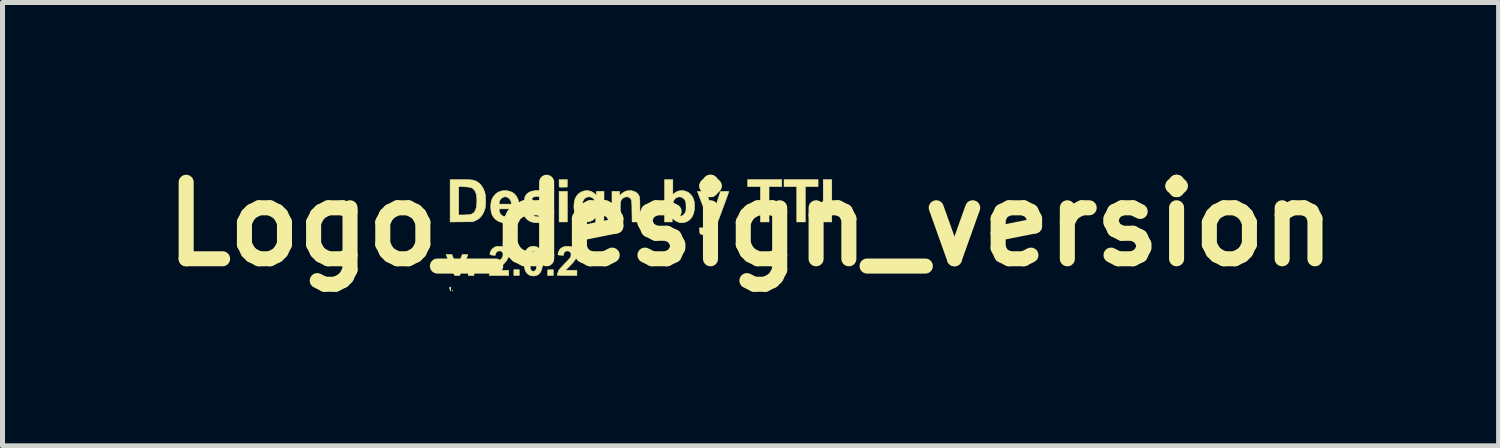
<source format=kicad_pcb>
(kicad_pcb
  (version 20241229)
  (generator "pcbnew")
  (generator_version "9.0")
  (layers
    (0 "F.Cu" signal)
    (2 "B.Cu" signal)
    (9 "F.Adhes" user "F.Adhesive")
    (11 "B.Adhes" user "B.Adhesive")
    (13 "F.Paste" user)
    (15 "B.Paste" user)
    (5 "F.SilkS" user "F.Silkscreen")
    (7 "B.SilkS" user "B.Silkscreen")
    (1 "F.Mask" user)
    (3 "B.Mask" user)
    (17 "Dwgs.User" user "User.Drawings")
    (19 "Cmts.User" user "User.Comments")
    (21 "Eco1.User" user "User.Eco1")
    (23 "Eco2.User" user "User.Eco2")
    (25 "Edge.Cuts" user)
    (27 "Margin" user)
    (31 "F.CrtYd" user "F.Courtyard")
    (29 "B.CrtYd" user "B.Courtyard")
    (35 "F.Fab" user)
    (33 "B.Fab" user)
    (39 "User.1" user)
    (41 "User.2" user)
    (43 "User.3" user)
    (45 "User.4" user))
  (footprint "Logo_design_version"
    (layer "F.Cu")
    (at 11.909 1.418)
    (property "Reference" "Logo_design_version" (at 0 0 0) (layer "F.SilkS") (effects (font (size 1.524 1.524) (thickness 0.3))))
    (attr through_hole)
    (fp_poly (pts (xy -4.61 1.022) (xy -4.718 1.022) (xy -4.718 0.908) (xy -4.61 0.908) (xy -4.61 1.022)) (stroke (width 0.01) (type solid)) (fill yes) (layer "F.SilkS"))
    (fp_poly (pts (xy -3.651 -0.044) (xy -3.816 -0.044) (xy -3.816 -0.654) (xy -3.651 -0.654) (xy -3.651 -0.044)) (stroke (width 0.01) (type solid)) (fill yes) (layer "F.SilkS"))
    (fp_poly (pts (xy 1.619 -0.044) (xy 1.448 -0.044) (xy 1.448 -0.889) (xy 1.619 -0.889) (xy 1.619 -0.044)) (stroke (width 0.01) (type solid)) (fill yes) (layer "F.SilkS"))
    (fp_poly (pts (xy -5.512 1.022) (xy -5.627 1.022) (xy -5.625 0.967) (xy -5.623 0.911) (xy -5.567 0.909) (xy -5.512 0.908) (xy -5.512 1.022)) (stroke (width 0.01) (type solid)) (fill yes) (layer "F.SilkS"))
    (fp_poly (pts (xy -3.931 1.022) (xy -4.045 1.022) (xy -4.044 0.967) (xy -4.042 0.911) (xy -3.986 0.909) (xy -3.931 0.908) (xy -3.931 1.022)) (stroke (width 0.01) (type solid)) (fill yes) (layer "F.SilkS"))
    (fp_poly (pts (xy -5.931 1.326) (xy -5.931 1.327) (xy -5.936 1.333) (xy -5.937 1.333) (xy -5.943 1.329) (xy -5.944 1.327) (xy -5.939 1.321) (xy -5.937 1.321) (xy -5.931 1.326)) (stroke (width 0.01) (type solid)) (fill yes) (layer "F.SilkS"))
    (fp_poly (pts (xy 0.622 -0.749) (xy 0.368 -0.749) (xy 0.368 -0.044) (xy 0.197 -0.044) (xy 0.197 -0.749) (xy -0.057 -0.749) (xy -0.057 -0.889) (xy 0.622 -0.889) (xy 0.622 -0.749)) (stroke (width 0.01) (type solid)) (fill yes) (layer "F.SilkS"))
    (fp_poly (pts (xy 1.346 -0.749) (xy 1.092 -0.749) (xy 1.092 -0.044) (xy 0.921 -0.044) (xy 0.921 -0.749) (xy 0.667 -0.749) (xy 0.667 -0.889) (xy 1.346 -0.889) (xy 1.346 -0.749)) (stroke (width 0.01) (type solid)) (fill yes) (layer "F.SilkS"))
    (fp_poly (pts (xy -3.653 -0.814) (xy -3.654 -0.74) (xy -3.731 -0.738) (xy -3.761 -0.738) (xy -3.786 -0.738) (xy -3.804 -0.739) (xy -3.812 -0.741) (xy -3.812 -0.741) (xy -3.814 -0.748) (xy -3.815 -0.766) (xy -3.816 -0.791) (xy -3.816 -0.817) (xy -3.816 -0.889) (xy -3.651 -0.889) (xy -3.653 -0.814)) (stroke (width 0.01) (type solid)) (fill yes) (layer "F.SilkS"))
    (fp_poly (pts (xy -5.977 1.257) (xy -5.976 1.272) (xy -5.975 1.292) (xy -5.976 1.314) (xy -5.979 1.329) (xy -5.982 1.333) (xy -5.985 1.328) (xy -5.988 1.313) (xy -5.988 1.301) (xy -5.989 1.282) (xy -5.99 1.274) (xy -5.995 1.274) (xy -5.998 1.276) (xy -6.005 1.28) (xy -6.007 1.278) (xy -6.003 1.27) (xy -5.993 1.259) (xy -5.983 1.252) (xy -5.98 1.251) (xy -5.977 1.257)) (stroke (width 0.01) (type solid)) (fill yes) (layer "F.SilkS"))
    (fp_poly (pts (xy -5.916 0.7) (xy -5.902 0.737) (xy -5.889 0.774) (xy -5.877 0.807) (xy -5.868 0.833) (xy -5.865 0.841) (xy -5.857 0.861) (xy -5.851 0.874) (xy -5.847 0.877) (xy -5.847 0.876) (xy -5.841 0.86) (xy -5.832 0.835) (xy -5.822 0.805) (xy -5.809 0.772) (xy -5.796 0.737) (xy -5.783 0.702) (xy -5.771 0.67) (xy -5.761 0.642) (xy -5.753 0.622) (xy -5.748 0.61) (xy -5.747 0.608) (xy -5.739 0.606) (xy -5.721 0.604) (xy -5.698 0.604) (xy -5.688 0.605) (xy -5.633 0.606) (xy -5.716 0.814) (xy -5.798 1.022) (xy -5.849 1.022) (xy -5.874 1.022) (xy -5.89 1.021) (xy -5.899 1.017) (xy -5.904 1.012) (xy -5.906 1.008) (xy -5.909 0.999) (xy -5.917 0.979) (xy -5.929 0.951) (xy -5.943 0.916) (xy -5.96 0.874) (xy -5.978 0.829) (xy -5.99 0.799) (xy -6.069 0.603) (xy -5.951 0.603) (xy -5.916 0.7)) (stroke (width 0.01) (type solid)) (fill yes) (layer "F.SilkS"))
    (fp_poly (pts (xy -2.375 -0.668) (xy -2.367 -0.666) (xy -2.317 -0.653) (xy -2.277 -0.631) (xy -2.245 -0.601) (xy -2.221 -0.562) (xy -2.221 -0.562) (xy -2.218 -0.554) (xy -2.214 -0.545) (xy -2.212 -0.536) (xy -2.21 -0.523) (xy -2.209 -0.507) (xy -2.207 -0.485) (xy -2.207 -0.457) (xy -2.206 -0.421) (xy -2.205 -0.375) (xy -2.205 -0.319) (xy -2.205 -0.287) (xy -2.203 -0.044) (xy -2.361 -0.044) (xy -2.364 -0.252) (xy -2.365 -0.311) (xy -2.365 -0.358) (xy -2.367 -0.395) (xy -2.368 -0.424) (xy -2.369 -0.446) (xy -2.371 -0.462) (xy -2.374 -0.475) (xy -2.377 -0.484) (xy -2.378 -0.487) (xy -2.395 -0.515) (xy -2.419 -0.534) (xy -2.447 -0.543) (xy -2.477 -0.545) (xy -2.507 -0.538) (xy -2.536 -0.524) (xy -2.561 -0.503) (xy -2.58 -0.475) (xy -2.59 -0.445) (xy -2.592 -0.428) (xy -2.594 -0.4) (xy -2.595 -0.363) (xy -2.596 -0.317) (xy -2.597 -0.264) (xy -2.597 -0.228) (xy -2.597 -0.044) (xy -2.762 -0.044) (xy -2.762 -0.654) (xy -2.61 -0.654) (xy -2.61 -0.57) (xy -2.575 -0.603) (xy -2.53 -0.637) (xy -2.482 -0.659) (xy -2.429 -0.67) (xy -2.375 -0.668)) (stroke (width 0.01) (type solid)) (fill yes) (layer "F.SilkS"))
    (fp_poly (pts (xy -5.786 -0.889) (xy -5.721 -0.889) (xy -5.666 -0.888) (xy -5.621 -0.887) (xy -5.584 -0.884) (xy -5.554 -0.881) (xy -5.528 -0.877) (xy -5.506 -0.871) (xy -5.486 -0.864) (xy -5.466 -0.855) (xy -5.462 -0.853) (xy -5.422 -0.828) (xy -5.384 -0.793) (xy -5.351 -0.75) (xy -5.329 -0.712) (xy -5.311 -0.673) (xy -5.298 -0.636) (xy -5.289 -0.596) (xy -5.283 -0.552) (xy -5.281 -0.501) (xy -5.28 -0.46) (xy -5.281 -0.405) (xy -5.285 -0.36) (xy -5.29 -0.321) (xy -5.3 -0.286) (xy -5.313 -0.252) (xy -5.325 -0.225) (xy -5.356 -0.172) (xy -5.394 -0.129) (xy -5.439 -0.094) (xy -5.493 -0.067) (xy -5.497 -0.065) (xy -5.54 -0.048) (xy -5.764 -0.046) (xy -5.988 -0.044) (xy -5.988 -0.183) (xy -5.817 -0.183) (xy -5.704 -0.185) (xy -5.662 -0.186) (xy -5.631 -0.188) (xy -5.608 -0.19) (xy -5.59 -0.192) (xy -5.576 -0.196) (xy -5.563 -0.201) (xy -5.56 -0.202) (xy -5.531 -0.217) (xy -5.511 -0.233) (xy -5.495 -0.256) (xy -5.484 -0.279) (xy -5.47 -0.32) (xy -5.46 -0.369) (xy -5.456 -0.428) (xy -5.455 -0.467) (xy -5.457 -0.533) (xy -5.465 -0.589) (xy -5.479 -0.635) (xy -5.499 -0.672) (xy -5.524 -0.701) (xy -5.542 -0.715) (xy -5.563 -0.725) (xy -5.588 -0.733) (xy -5.62 -0.739) (xy -5.661 -0.743) (xy -5.712 -0.746) (xy -5.717 -0.747) (xy -5.817 -0.751) (xy -5.817 -0.183) (xy -5.988 -0.183) (xy -5.988 -0.889) (xy -5.786 -0.889)) (stroke (width 0.01) (type solid)) (fill yes) (layer "F.SilkS"))
    (fp_poly (pts (xy -4.307 0.441) (xy -4.263 0.451) (xy -4.226 0.472) (xy -4.205 0.492) (xy -4.184 0.52) (xy -4.168 0.551) (xy -4.156 0.588) (xy -4.148 0.633) (xy -4.143 0.688) (xy -4.142 0.705) (xy -4.142 0.779) (xy -4.149 0.845) (xy -4.163 0.902) (xy -4.183 0.949) (xy -4.21 0.986) (xy -4.243 1.012) (xy -4.259 1.02) (xy -4.296 1.03) (xy -4.336 1.032) (xy -4.375 1.027) (xy -4.385 1.024) (xy -4.422 1.007) (xy -4.452 0.984) (xy -4.475 0.953) (xy -4.493 0.915) (xy -4.506 0.866) (xy -4.515 0.807) (xy -4.516 0.801) (xy -4.518 0.754) (xy -4.517 0.703) (xy -4.517 0.699) (xy -4.4 0.699) (xy -4.399 0.764) (xy -4.399 0.764) (xy -4.397 0.815) (xy -4.393 0.854) (xy -4.388 0.883) (xy -4.381 0.905) (xy -4.371 0.921) (xy -4.36 0.93) (xy -4.338 0.939) (xy -4.314 0.937) (xy -4.3 0.93) (xy -4.286 0.917) (xy -4.276 0.9) (xy -4.269 0.876) (xy -4.264 0.843) (xy -4.261 0.807) (xy -4.259 0.75) (xy -4.26 0.698) (xy -4.262 0.651) (xy -4.267 0.611) (xy -4.273 0.581) (xy -4.279 0.567) (xy -4.291 0.547) (xy -4.305 0.537) (xy -4.325 0.534) (xy -4.334 0.533) (xy -4.354 0.537) (xy -4.37 0.55) (xy -4.383 0.572) (xy -4.392 0.603) (xy -4.397 0.646) (xy -4.4 0.699) (xy -4.517 0.699) (xy -4.514 0.652) (xy -4.507 0.606) (xy -4.499 0.575) (xy -4.48 0.528) (xy -4.452 0.49) (xy -4.418 0.462) (xy -4.378 0.445) (xy -4.332 0.439) (xy -4.307 0.441)) (stroke (width 0.01) (type solid)) (fill yes) (layer "F.SilkS"))
    (fp_poly (pts (xy -3.619 0.442) (xy -3.579 0.449) (xy -3.558 0.457) (xy -3.519 0.48) (xy -3.491 0.511) (xy -3.473 0.549) (xy -3.465 0.594) (xy -3.465 0.604) (xy -3.467 0.632) (xy -3.472 0.658) (xy -3.482 0.684) (xy -3.497 0.711) (xy -3.519 0.74) (xy -3.548 0.774) (xy -3.586 0.815) (xy -3.596 0.825) (xy -3.686 0.918) (xy -3.573 0.919) (xy -3.461 0.921) (xy -3.461 1.022) (xy -3.658 1.022) (xy -3.706 1.022) (xy -3.75 1.022) (xy -3.789 1.021) (xy -3.82 1.02) (xy -3.842 1.019) (xy -3.853 1.018) (xy -3.854 1.017) (xy -3.852 1.003) (xy -3.846 0.981) (xy -3.837 0.956) (xy -3.827 0.933) (xy -3.818 0.914) (xy -3.809 0.902) (xy -3.792 0.882) (xy -3.769 0.856) (xy -3.742 0.827) (xy -3.712 0.795) (xy -3.695 0.777) (xy -3.66 0.742) (xy -3.634 0.713) (xy -3.614 0.692) (xy -3.6 0.675) (xy -3.59 0.661) (xy -3.584 0.65) (xy -3.581 0.641) (xy -3.577 0.606) (xy -3.582 0.576) (xy -3.596 0.553) (xy -3.619 0.539) (xy -3.65 0.533) (xy -3.65 0.533) (xy -3.672 0.536) (xy -3.69 0.541) (xy -3.694 0.543) (xy -3.712 0.562) (xy -3.724 0.587) (xy -3.727 0.607) (xy -3.728 0.617) (xy -3.733 0.622) (xy -3.744 0.622) (xy -3.757 0.62) (xy -3.78 0.617) (xy -3.801 0.616) (xy -3.806 0.616) (xy -3.825 0.615) (xy -3.835 0.61) (xy -3.839 0.599) (xy -3.835 0.58) (xy -3.83 0.561) (xy -3.813 0.52) (xy -3.787 0.488) (xy -3.752 0.463) (xy -3.737 0.456) (xy -3.703 0.445) (xy -3.662 0.441) (xy -3.619 0.442)) (stroke (width 0.01) (type solid)) (fill yes) (layer "F.SilkS"))
    (fp_poly (pts (xy -1.549 -0.589) (xy -1.52 -0.615) (xy -1.478 -0.644) (xy -1.43 -0.663) (xy -1.378 -0.669) (xy -1.323 -0.665) (xy -1.321 -0.664) (xy -1.277 -0.651) (xy -1.24 -0.633) (xy -1.205 -0.605) (xy -1.192 -0.591) (xy -1.162 -0.552) (xy -1.14 -0.508) (xy -1.125 -0.458) (xy -1.117 -0.398) (xy -1.116 -0.349) (xy -1.121 -0.279) (xy -1.135 -0.216) (xy -1.157 -0.161) (xy -1.188 -0.115) (xy -1.226 -0.078) (xy -1.272 -0.05) (xy -1.325 -0.033) (xy -1.326 -0.033) (xy -1.352 -0.028) (xy -1.374 -0.027) (xy -1.397 -0.029) (xy -1.415 -0.032) (xy -1.446 -0.042) (xy -1.48 -0.059) (xy -1.513 -0.079) (xy -1.538 -0.101) (xy -1.54 -0.103) (xy -1.562 -0.127) (xy -1.562 -0.044) (xy -1.714 -0.044) (xy -1.714 -0.363) (xy -1.552 -0.363) (xy -1.549 -0.315) (xy -1.542 -0.272) (xy -1.53 -0.238) (xy -1.513 -0.21) (xy -1.503 -0.198) (xy -1.479 -0.176) (xy -1.453 -0.164) (xy -1.423 -0.16) (xy -1.405 -0.161) (xy -1.38 -0.163) (xy -1.362 -0.168) (xy -1.346 -0.178) (xy -1.342 -0.182) (xy -1.325 -0.199) (xy -1.308 -0.222) (xy -1.302 -0.232) (xy -1.295 -0.246) (xy -1.291 -0.259) (xy -1.288 -0.275) (xy -1.286 -0.295) (xy -1.286 -0.324) (xy -1.286 -0.346) (xy -1.287 -0.393) (xy -1.29 -0.429) (xy -1.297 -0.457) (xy -1.308 -0.48) (xy -1.323 -0.5) (xy -1.333 -0.51) (xy -1.367 -0.533) (xy -1.403 -0.544) (xy -1.44 -0.543) (xy -1.476 -0.53) (xy -1.491 -0.521) (xy -1.517 -0.495) (xy -1.536 -0.458) (xy -1.548 -0.414) (xy -1.552 -0.363) (xy -1.714 -0.363) (xy -1.714 -0.889) (xy -1.549 -0.889) (xy -1.549 -0.589)) (stroke (width 0.01) (type solid)) (fill yes) (layer "F.SilkS"))
    (fp_poly (pts (xy -4.963 0.443) (xy -4.928 0.45) (xy -4.899 0.463) (xy -4.873 0.484) (xy -4.862 0.495) (xy -4.838 0.526) (xy -4.825 0.559) (xy -4.82 0.597) (xy -4.821 0.62) (xy -4.825 0.648) (xy -4.834 0.675) (xy -4.847 0.702) (xy -4.866 0.731) (xy -4.893 0.763) (xy -4.929 0.801) (xy -4.951 0.823) (xy -4.978 0.85) (xy -5.001 0.874) (xy -5.019 0.893) (xy -5.031 0.907) (xy -5.036 0.914) (xy -5.036 0.914) (xy -5.03 0.917) (xy -5.014 0.919) (xy -4.986 0.92) (xy -4.947 0.921) (xy -4.928 0.921) (xy -4.82 0.921) (xy -4.82 1.022) (xy -5.207 1.022) (xy -5.207 1.007) (xy -5.203 0.985) (xy -5.194 0.957) (xy -5.179 0.926) (xy -5.163 0.898) (xy -5.152 0.884) (xy -5.133 0.863) (xy -5.109 0.837) (xy -5.081 0.808) (xy -5.052 0.778) (xy -5.049 0.775) (xy -5.02 0.745) (xy -4.993 0.718) (xy -4.971 0.693) (xy -4.955 0.674) (xy -4.946 0.661) (xy -4.945 0.659) (xy -4.938 0.639) (xy -4.934 0.614) (xy -4.934 0.603) (xy -4.935 0.582) (xy -4.94 0.567) (xy -4.951 0.553) (xy -4.953 0.552) (xy -4.968 0.54) (xy -4.984 0.534) (xy -5 0.533) (xy -5.031 0.537) (xy -5.054 0.547) (xy -5.07 0.566) (xy -5.081 0.596) (xy -5.084 0.605) (xy -5.087 0.615) (xy -5.091 0.62) (xy -5.101 0.621) (xy -5.12 0.62) (xy -5.127 0.619) (xy -5.159 0.615) (xy -5.18 0.611) (xy -5.192 0.604) (xy -5.195 0.592) (xy -5.192 0.574) (xy -5.185 0.552) (xy -5.165 0.513) (xy -5.135 0.481) (xy -5.101 0.459) (xy -5.081 0.45) (xy -5.063 0.445) (xy -5.042 0.442) (xy -5.015 0.441) (xy -5.007 0.441) (xy -4.963 0.443)) (stroke (width 0.01) (type solid)) (fill yes) (layer "F.SilkS"))
    (fp_poly (pts (xy -4.85 -0.667) (xy -4.791 -0.653) (xy -4.741 -0.63) (xy -4.699 -0.596) (xy -4.664 -0.553) (xy -4.637 -0.499) (xy -4.618 -0.436) (xy -4.607 -0.363) (xy -4.607 -0.357) (xy -4.602 -0.305) (xy -5.01 -0.305) (xy -5.01 -0.284) (xy -5.004 -0.245) (xy -4.988 -0.21) (xy -4.963 -0.181) (xy -4.939 -0.164) (xy -4.909 -0.154) (xy -4.876 -0.152) (xy -4.845 -0.157) (xy -4.82 -0.169) (xy -4.813 -0.175) (xy -4.799 -0.192) (xy -4.788 -0.211) (xy -4.787 -0.214) (xy -4.779 -0.228) (xy -4.77 -0.235) (xy -4.769 -0.235) (xy -4.757 -0.234) (xy -4.737 -0.231) (xy -4.712 -0.227) (xy -4.685 -0.222) (xy -4.659 -0.217) (xy -4.638 -0.213) (xy -4.623 -0.209) (xy -4.619 -0.208) (xy -4.62 -0.201) (xy -4.626 -0.186) (xy -4.635 -0.166) (xy -4.636 -0.166) (xy -4.667 -0.119) (xy -4.707 -0.081) (xy -4.755 -0.053) (xy -4.808 -0.035) (xy -4.867 -0.027) (xy -4.93 -0.03) (xy -4.944 -0.032) (xy -4.999 -0.046) (xy -5.046 -0.069) (xy -5.085 -0.098) (xy -5.12 -0.136) (xy -5.146 -0.176) (xy -5.164 -0.222) (xy -5.174 -0.274) (xy -5.178 -0.336) (xy -5.178 -0.346) (xy -5.176 -0.404) (xy -5.174 -0.418) (xy -5.01 -0.418) (xy -5.01 -0.4) (xy -4.769 -0.4) (xy -4.769 -0.418) (xy -4.774 -0.454) (xy -4.79 -0.487) (xy -4.814 -0.515) (xy -4.843 -0.535) (xy -4.876 -0.545) (xy -4.889 -0.546) (xy -4.924 -0.54) (xy -4.955 -0.523) (xy -4.981 -0.499) (xy -4.999 -0.468) (xy -5.009 -0.433) (xy -5.01 -0.418) (xy -5.174 -0.418) (xy -5.168 -0.453) (xy -5.154 -0.496) (xy -5.133 -0.537) (xy -5.124 -0.551) (xy -5.087 -0.596) (xy -5.043 -0.63) (xy -4.992 -0.654) (xy -4.937 -0.667) (xy -4.876 -0.669) (xy -4.85 -0.667)) (stroke (width 0.01) (type solid)) (fill yes) (layer "F.SilkS"))
    (fp_poly (pts (xy -0.817 -0.446) (xy -0.8 -0.397) (xy -0.785 -0.352) (xy -0.772 -0.312) (xy -0.76 -0.279) (xy -0.751 -0.253) (xy -0.745 -0.238) (xy -0.743 -0.233) (xy -0.74 -0.237) (xy -0.733 -0.253) (xy -0.724 -0.277) (xy -0.712 -0.31) (xy -0.699 -0.35) (xy -0.683 -0.395) (xy -0.669 -0.439) (xy -0.6 -0.651) (xy -0.516 -0.653) (xy -0.485 -0.653) (xy -0.459 -0.653) (xy -0.441 -0.652) (xy -0.432 -0.651) (xy -0.432 -0.651) (xy -0.434 -0.643) (xy -0.44 -0.626) (xy -0.45 -0.598) (xy -0.463 -0.563) (xy -0.478 -0.52) (xy -0.496 -0.472) (xy -0.515 -0.42) (xy -0.535 -0.365) (xy -0.557 -0.307) (xy -0.578 -0.249) (xy -0.599 -0.191) (xy -0.62 -0.136) (xy -0.64 -0.083) (xy -0.658 -0.035) (xy -0.674 0.008) (xy -0.688 0.044) (xy -0.698 0.071) (xy -0.706 0.09) (xy -0.709 0.097) (xy -0.736 0.138) (xy -0.77 0.169) (xy -0.812 0.191) (xy -0.863 0.203) (xy -0.898 0.206) (xy -0.925 0.207) (xy -0.948 0.207) (xy -0.963 0.206) (xy -0.965 0.206) (xy -0.986 0.202) (xy -0.999 0.197) (xy -1.006 0.19) (xy -1.01 0.176) (xy -1.012 0.153) (xy -1.013 0.148) (xy -1.015 0.122) (xy -1.018 0.101) (xy -1.02 0.087) (xy -1.02 0.086) (xy -1.021 0.08) (xy -1.018 0.076) (xy -1.009 0.074) (xy -0.992 0.073) (xy -0.964 0.073) (xy -0.963 0.073) (xy -0.928 0.072) (xy -0.902 0.068) (xy -0.883 0.058) (xy -0.867 0.042) (xy -0.852 0.017) (xy -0.846 0.006) (xy -0.825 -0.035) (xy -0.927 -0.305) (xy -0.949 -0.362) (xy -0.97 -0.417) (xy -0.989 -0.468) (xy -1.007 -0.513) (xy -1.022 -0.553) (xy -1.033 -0.584) (xy -1.042 -0.606) (xy -1.045 -0.614) (xy -1.06 -0.654) (xy -0.886 -0.654) (xy -0.817 -0.446)) (stroke (width 0.01) (type solid)) (fill yes) (layer "F.SilkS"))
    (fp_poly (pts (xy -4.189 -0.667) (xy -4.139 -0.659) (xy -4.099 -0.647) (xy -4.066 -0.63) (xy -4.037 -0.608) (xy -4.033 -0.603) (xy -4.014 -0.582) (xy -3.999 -0.559) (xy -3.988 -0.538) (xy -3.984 -0.521) (xy -3.986 -0.51) (xy -3.987 -0.508) (xy -3.997 -0.505) (xy -4.016 -0.501) (xy -4.041 -0.496) (xy -4.063 -0.492) (xy -4.094 -0.487) (xy -4.114 -0.484) (xy -4.126 -0.484) (xy -4.132 -0.487) (xy -4.133 -0.488) (xy -4.142 -0.505) (xy -4.159 -0.522) (xy -4.179 -0.538) (xy -4.195 -0.546) (xy -4.217 -0.551) (xy -4.245 -0.552) (xy -4.276 -0.551) (xy -4.304 -0.547) (xy -4.326 -0.541) (xy -4.334 -0.537) (xy -4.35 -0.523) (xy -4.355 -0.507) (xy -4.353 -0.492) (xy -4.35 -0.483) (xy -4.343 -0.476) (xy -4.331 -0.469) (xy -4.313 -0.461) (xy -4.287 -0.453) (xy -4.252 -0.443) (xy -4.205 -0.431) (xy -4.204 -0.431) (xy -4.166 -0.421) (xy -4.129 -0.409) (xy -4.095 -0.399) (xy -4.069 -0.389) (xy -4.062 -0.386) (xy -4.019 -0.36) (xy -3.987 -0.329) (xy -3.966 -0.292) (xy -3.957 -0.251) (xy -3.96 -0.204) (xy -3.966 -0.178) (xy -3.981 -0.147) (xy -4.005 -0.115) (xy -4.035 -0.086) (xy -4.068 -0.063) (xy -4.092 -0.051) (xy -4.153 -0.035) (xy -4.22 -0.028) (xy -4.288 -0.03) (xy -4.305 -0.032) (xy -4.361 -0.044) (xy -4.407 -0.063) (xy -4.448 -0.09) (xy -4.476 -0.117) (xy -4.493 -0.139) (xy -4.508 -0.162) (xy -4.52 -0.184) (xy -4.526 -0.203) (xy -4.526 -0.212) (xy -4.518 -0.216) (xy -4.5 -0.221) (xy -4.475 -0.226) (xy -4.465 -0.227) (xy -4.437 -0.231) (xy -4.412 -0.235) (xy -4.393 -0.238) (xy -4.389 -0.239) (xy -4.376 -0.24) (xy -4.368 -0.236) (xy -4.361 -0.223) (xy -4.359 -0.218) (xy -4.341 -0.187) (xy -4.316 -0.164) (xy -4.284 -0.151) (xy -4.242 -0.147) (xy -4.22 -0.147) (xy -4.18 -0.153) (xy -4.15 -0.165) (xy -4.13 -0.182) (xy -4.122 -0.203) (xy -4.123 -0.224) (xy -4.126 -0.233) (xy -4.132 -0.24) (xy -4.141 -0.247) (xy -4.155 -0.253) (xy -4.177 -0.26) (xy -4.208 -0.268) (xy -4.25 -0.279) (xy -4.25 -0.279) (xy -4.307 -0.294) (xy -4.353 -0.308) (xy -4.389 -0.321) (xy -4.418 -0.335) (xy -4.441 -0.349) (xy -4.46 -0.365) (xy -4.486 -0.398) (xy -4.502 -0.437) (xy -4.507 -0.478) (xy -4.503 -0.52) (xy -4.489 -0.559) (xy -4.465 -0.595) (xy -4.439 -0.62) (xy -4.402 -0.642) (xy -4.355 -0.658) (xy -4.302 -0.668) (xy -4.245 -0.671) (xy -4.189 -0.667)) (stroke (width 0.01) (type solid)) (fill yes) (layer "F.SilkS"))
    (fp_poly (pts (xy -3.225 -0.666) (xy -3.179 -0.653) (xy -3.135 -0.63) (xy -3.107 -0.607) (xy -3.073 -0.574) (xy -3.073 -0.654) (xy -2.921 -0.654) (xy -2.921 -0.353) (xy -2.921 -0.282) (xy -2.922 -0.217) (xy -2.922 -0.157) (xy -2.923 -0.106) (xy -2.924 -0.062) (xy -2.926 -0.029) (xy -2.927 -0.007) (xy -2.928 -0.002) (xy -2.94 0.055) (xy -2.961 0.103) (xy -2.984 0.135) (xy -3.015 0.161) (xy -3.056 0.182) (xy -3.106 0.197) (xy -3.163 0.206) (xy -3.225 0.208) (xy -3.292 0.204) (xy -3.303 0.202) (xy -3.361 0.19) (xy -3.409 0.17) (xy -3.448 0.142) (xy -3.476 0.105) (xy -3.482 0.094) (xy -3.49 0.074) (xy -3.496 0.052) (xy -3.499 0.031) (xy -3.5 0.013) (xy -3.497 0.002) (xy -3.494 -0.000091) (xy -3.486 0.001) (xy -3.468 0.003) (xy -3.443 0.006) (xy -3.412 0.009) (xy -3.402 0.01) (xy -3.367 0.015) (xy -3.343 0.018) (xy -3.327 0.022) (xy -3.318 0.025) (xy -3.313 0.03) (xy -3.311 0.035) (xy -3.304 0.05) (xy -3.292 0.064) (xy -3.291 0.064) (xy -3.283 0.071) (xy -3.273 0.076) (xy -3.259 0.078) (xy -3.238 0.079) (xy -3.214 0.079) (xy -3.172 0.078) (xy -3.14 0.071) (xy -3.117 0.059) (xy -3.101 0.04) (xy -3.092 0.012) (xy -3.087 -0.025) (xy -3.086 -0.063) (xy -3.086 -0.136) (xy -3.116 -0.106) (xy -3.154 -0.075) (xy -3.194 -0.056) (xy -3.238 -0.046) (xy -3.268 -0.045) (xy -3.324 -0.05) (xy -3.374 -0.066) (xy -3.417 -0.094) (xy -3.454 -0.132) (xy -3.485 -0.181) (xy -3.499 -0.215) (xy -3.513 -0.266) (xy -3.52 -0.324) (xy -3.52 -0.362) (xy -3.35 -0.362) (xy -3.349 -0.328) (xy -3.349 -0.304) (xy -3.347 -0.286) (xy -3.343 -0.272) (xy -3.337 -0.257) (xy -3.331 -0.244) (xy -3.317 -0.222) (xy -3.304 -0.206) (xy -3.286 -0.194) (xy -3.277 -0.189) (xy -3.253 -0.178) (xy -3.233 -0.173) (xy -3.213 -0.174) (xy -3.187 -0.18) (xy -3.184 -0.181) (xy -3.149 -0.198) (xy -3.12 -0.225) (xy -3.098 -0.264) (xy -3.089 -0.294) (xy -3.084 -0.332) (xy -3.083 -0.373) (xy -3.087 -0.413) (xy -3.094 -0.448) (xy -3.095 -0.45) (xy -3.113 -0.487) (xy -3.138 -0.515) (xy -3.168 -0.534) (xy -3.201 -0.544) (xy -3.235 -0.544) (xy -3.269 -0.535) (xy -3.299 -0.517) (xy -3.325 -0.488) (xy -3.333 -0.473) (xy -3.34 -0.459) (xy -3.345 -0.445) (xy -3.348 -0.43) (xy -3.349 -0.409) (xy -3.35 -0.38) (xy -3.35 -0.362) (xy -3.52 -0.362) (xy -3.52 -0.385) (xy -3.512 -0.445) (xy -3.499 -0.498) (xy -3.477 -0.547) (xy -3.446 -0.588) (xy -3.409 -0.621) (xy -3.367 -0.646) (xy -3.321 -0.662) (xy -3.273 -0.669) (xy -3.225 -0.666)) (stroke (width 0.01) (type solid)) (fill yes) (layer "F.SilkS")))
  (gr_rect
    (start -3 -3)
    (end 26.818 5.836)
    (stroke (width 0.1) (type default))
    (fill no)
    (layer "Edge.Cuts")))
</source>
